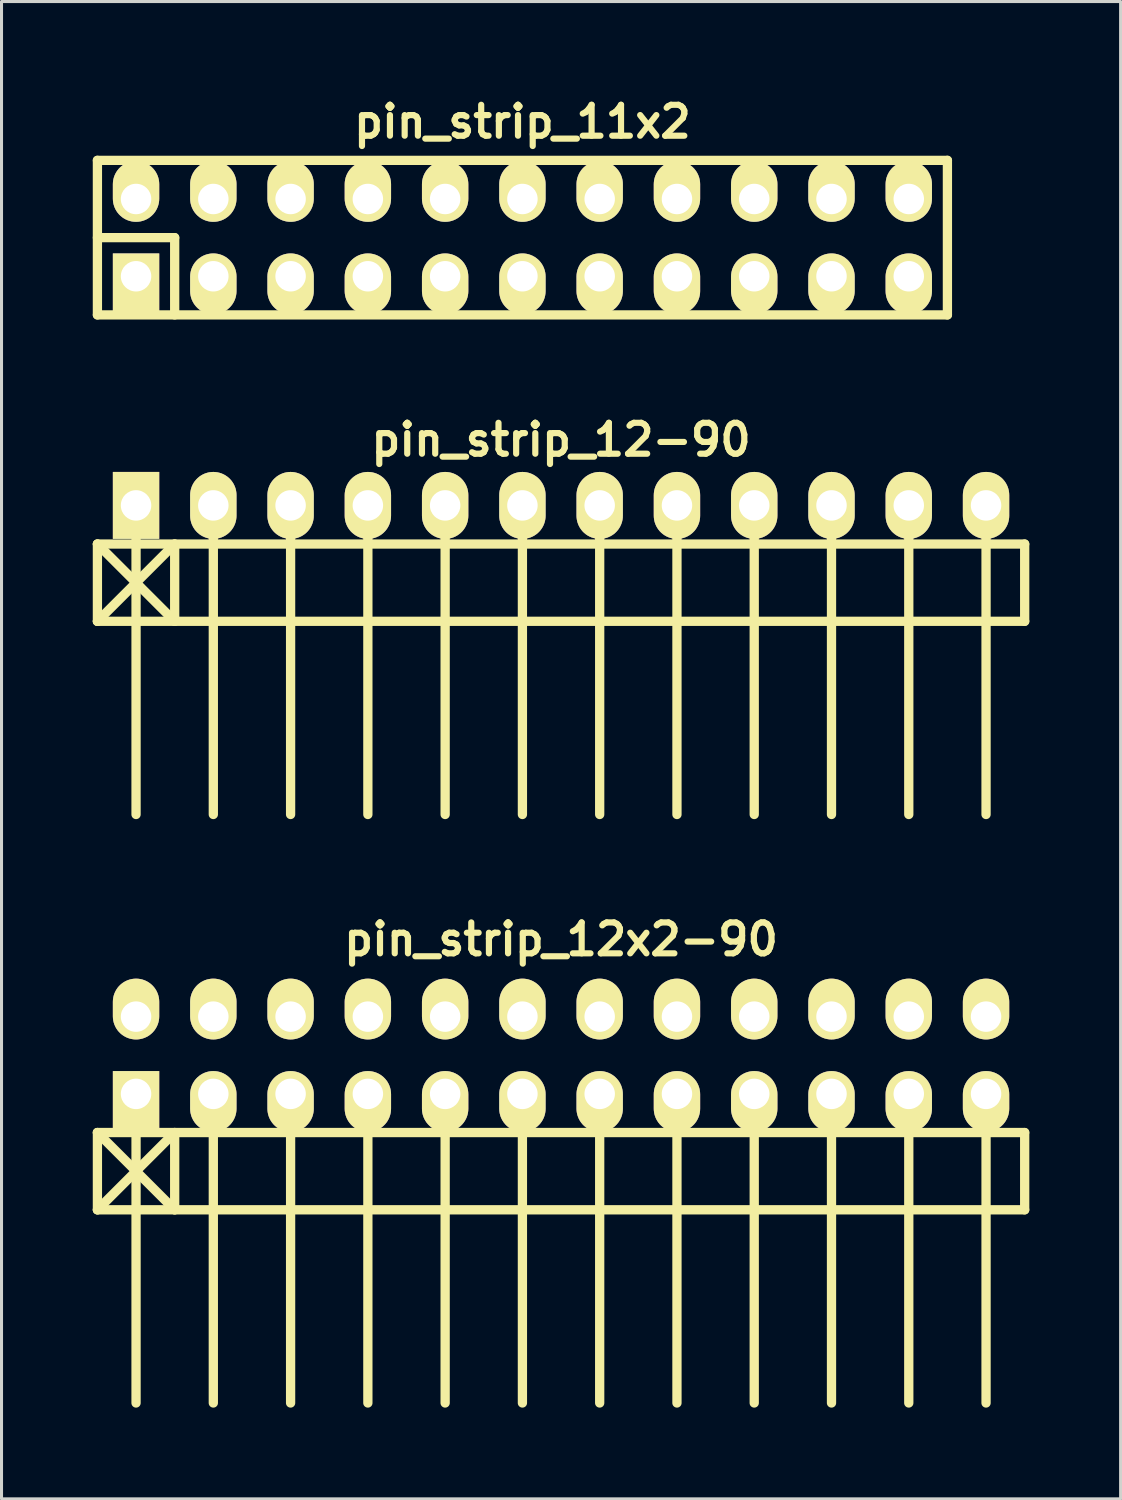
<source format=kicad_pcb>
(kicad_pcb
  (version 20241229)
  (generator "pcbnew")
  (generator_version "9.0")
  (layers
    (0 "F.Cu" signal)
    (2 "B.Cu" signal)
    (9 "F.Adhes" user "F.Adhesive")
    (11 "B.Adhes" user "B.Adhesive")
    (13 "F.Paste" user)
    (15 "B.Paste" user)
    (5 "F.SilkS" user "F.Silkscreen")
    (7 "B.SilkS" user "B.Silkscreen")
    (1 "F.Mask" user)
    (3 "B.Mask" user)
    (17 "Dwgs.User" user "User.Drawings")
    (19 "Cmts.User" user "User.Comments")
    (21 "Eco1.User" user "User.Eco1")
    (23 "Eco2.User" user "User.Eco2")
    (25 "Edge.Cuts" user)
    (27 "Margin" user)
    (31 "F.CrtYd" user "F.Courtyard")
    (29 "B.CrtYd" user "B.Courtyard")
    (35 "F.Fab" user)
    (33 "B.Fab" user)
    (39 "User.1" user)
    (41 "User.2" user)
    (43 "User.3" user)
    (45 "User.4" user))
  (footprint "pin_strip_12-90"
    (layer "F.Cu")
    (at 15.392 13.563)
    (property "Reference" "pin_strip_12-90" (at 0 -2.159 0) (layer "F.SilkS") (effects (font (size 1.016 1.016) (thickness 0.203))))
    (attr through_hole)
    (fp_line (start -15.24 1.27) (end 15.24 1.27) (stroke (width 0.305) (type solid)) (layer "F.SilkS"))
    (fp_line (start -15.24 3.81) (end -15.24 1.27) (stroke (width 0.305) (type solid)) (layer "F.SilkS"))
    (fp_line (start -15.24 3.81) (end -12.7 1.27) (stroke (width 0.305) (type solid)) (layer "F.SilkS"))
    (fp_line (start -13.97 0) (end -13.97 10.16) (stroke (width 0.305) (type solid)) (layer "F.SilkS"))
    (fp_line (start -12.7 1.27) (end -12.7 3.81) (stroke (width 0.305) (type solid)) (layer "F.SilkS"))
    (fp_line (start -12.7 3.81) (end -15.24 1.27) (stroke (width 0.305) (type solid)) (layer "F.SilkS"))
    (fp_line (start -11.43 0) (end -11.43 10.16) (stroke (width 0.305) (type solid)) (layer "F.SilkS"))
    (fp_line (start -8.89 10.16) (end -8.89 0) (stroke (width 0.305) (type solid)) (layer "F.SilkS"))
    (fp_line (start -6.35 0) (end -6.35 10.16) (stroke (width 0.305) (type solid)) (layer "F.SilkS"))
    (fp_line (start -3.81 0) (end -3.81 10.16) (stroke (width 0.305) (type solid)) (layer "F.SilkS"))
    (fp_line (start -1.27 0) (end -1.27 10.16) (stroke (width 0.305) (type solid)) (layer "F.SilkS"))
    (fp_line (start 1.27 0) (end 1.27 10.16) (stroke (width 0.305) (type solid)) (layer "F.SilkS"))
    (fp_line (start 3.81 0) (end 3.81 10.16) (stroke (width 0.305) (type solid)) (layer "F.SilkS"))
    (fp_line (start 6.35 0) (end 6.35 10.16) (stroke (width 0.305) (type solid)) (layer "F.SilkS"))
    (fp_line (start 8.89 0) (end 8.89 10.16) (stroke (width 0.305) (type solid)) (layer "F.SilkS"))
    (fp_line (start 11.43 0) (end 11.43 10.16) (stroke (width 0.305) (type solid)) (layer "F.SilkS"))
    (fp_line (start 13.97 0) (end 13.97 10.16) (stroke (width 0.305) (type solid)) (layer "F.SilkS"))
    (fp_line (start 15.24 1.27) (end 15.24 3.81) (stroke (width 0.305) (type solid)) (layer "F.SilkS"))
    (fp_line (start 15.24 3.81) (end -15.24 3.81) (stroke (width 0.305) (type solid)) (layer "F.SilkS"))
    (pad "1" thru_hole rect (at -13.97 0) (size 1.524 2.2) (drill 1.001) (layers "*.Cu" "*.Mask" "F.SilkS"))
    (pad "2" thru_hole oval (at -11.43 0) (size 1.524 2.2) (drill 1.001) (layers "*.Cu" "*.Mask" "F.SilkS"))
    (pad "3" thru_hole oval (at -8.89 0) (size 1.524 2.2) (drill 1.001) (layers "*.Cu" "*.Mask" "F.SilkS"))
    (pad "4" thru_hole oval (at -6.35 0) (size 1.524 2.2) (drill 1.001) (layers "*.Cu" "*.Mask" "F.SilkS"))
    (pad "5" thru_hole oval (at -3.81 0) (size 1.524 2.2) (drill 1.001) (layers "*.Cu" "*.Mask" "F.SilkS"))
    (pad "6" thru_hole oval (at -1.27 0) (size 1.524 2.2) (drill 1.001) (layers "*.Cu" "*.Mask" "F.SilkS"))
    (pad "7" thru_hole oval (at 1.27 0) (size 1.524 2.2) (drill 1.001) (layers "*.Cu" "*.Mask" "F.SilkS"))
    (pad "8" thru_hole oval (at 3.81 0) (size 1.524 2.2) (drill 1.001) (layers "*.Cu" "*.Mask" "F.SilkS"))
    (pad "9" thru_hole oval (at 6.35 0) (size 1.524 2.2) (drill 1.001) (layers "*.Cu" "*.Mask" "F.SilkS"))
    (pad "10" thru_hole oval (at 8.89 0) (size 1.524 2.2) (drill 1.001) (layers "*.Cu" "*.Mask" "F.SilkS"))
    (pad "11" thru_hole oval (at 11.43 0) (size 1.524 2.2) (drill 1.001) (layers "*.Cu" "*.Mask" "F.SilkS"))
    (pad "12" thru_hole oval (at 13.97 0) (size 1.524 2.2) (drill 1.001) (layers "*.Cu" "*.Mask" "F.SilkS")))
  (footprint "pin_strip_11x2"
    (layer "F.Cu")
    (at 14.122 4.761)
    (property "Reference" "pin_strip_11x2" (at 0 -3.81 0) (layer "F.SilkS") (effects (font (size 1.016 1.016) (thickness 0.203))))
    (attr through_hole)
    (fp_line (start -13.97 -2.54) (end -13.97 2.54) (stroke (width 0.305) (type solid)) (layer "F.SilkS"))
    (fp_line (start -13.97 -2.54) (end 13.97 -2.54) (stroke (width 0.305) (type solid)) (layer "F.SilkS"))
    (fp_line (start -13.97 0) (end -11.43 0) (stroke (width 0.305) (type solid)) (layer "F.SilkS"))
    (fp_line (start -11.43 0) (end -11.43 2.54) (stroke (width 0.305) (type solid)) (layer "F.SilkS"))
    (fp_line (start 13.97 2.54) (end -13.97 2.54) (stroke (width 0.305) (type solid)) (layer "F.SilkS"))
    (fp_line (start 13.97 2.54) (end 13.97 -2.54) (stroke (width 0.305) (type solid)) (layer "F.SilkS"))
    (pad "1" thru_hole rect (at -12.7 1.27) (size 1.524 1.999) (drill 1.001 (offset 0 0.249)) (layers "*.Cu" "*.Mask" "F.SilkS"))
    (pad "2" thru_hole oval (at -12.7 -1.27) (size 1.524 1.999) (drill 1.001 (offset 0 -0.249)) (layers "*.Cu" "*.Mask" "F.SilkS"))
    (pad "3" thru_hole oval (at -10.16 1.27) (size 1.524 1.999) (drill 1.001 (offset 0 0.249)) (layers "*.Cu" "*.Mask" "F.SilkS"))
    (pad "4" thru_hole oval (at -10.16 -1.27) (size 1.524 1.999) (drill 1.001 (offset 0 -0.249)) (layers "*.Cu" "*.Mask" "F.SilkS"))
    (pad "5" thru_hole oval (at -7.62 1.27) (size 1.524 1.999) (drill 1.001 (offset 0 0.249)) (layers "*.Cu" "*.Mask" "F.SilkS"))
    (pad "6" thru_hole oval (at -7.62 -1.27) (size 1.524 1.999) (drill 1.001 (offset 0 -0.249)) (layers "*.Cu" "*.Mask" "F.SilkS"))
    (pad "7" thru_hole oval (at -5.08 1.27) (size 1.524 1.999) (drill 1.001 (offset 0 0.249)) (layers "*.Cu" "*.Mask" "F.SilkS"))
    (pad "8" thru_hole oval (at -5.08 -1.27) (size 1.524 1.999) (drill 1.001 (offset 0 -0.249)) (layers "*.Cu" "*.Mask" "F.SilkS"))
    (pad "9" thru_hole oval (at -2.54 1.27) (size 1.524 1.999) (drill 1.001 (offset 0 0.249)) (layers "*.Cu" "*.Mask" "F.SilkS"))
    (pad "10" thru_hole oval (at -2.54 -1.27) (size 1.524 1.999) (drill 1.001 (offset 0 -0.249)) (layers "*.Cu" "*.Mask" "F.SilkS"))
    (pad "11" thru_hole oval (at 0 1.27) (size 1.524 1.999) (drill 1.001 (offset 0 0.249)) (layers "*.Cu" "*.Mask" "F.SilkS"))
    (pad "12" thru_hole oval (at 0 -1.27) (size 1.524 1.999) (drill 1.001 (offset 0 -0.249)) (layers "*.Cu" "*.Mask" "F.SilkS"))
    (pad "13" thru_hole oval (at 2.54 1.27) (size 1.524 1.999) (drill 1.001 (offset 0 0.249)) (layers "*.Cu" "*.Mask" "F.SilkS"))
    (pad "14" thru_hole oval (at 2.54 -1.27) (size 1.524 1.999) (drill 1.001 (offset 0 -0.249)) (layers "*.Cu" "*.Mask" "F.SilkS"))
    (pad "15" thru_hole oval (at 5.08 1.27) (size 1.524 1.999) (drill 1.001 (offset 0 0.249)) (layers "*.Cu" "*.Mask" "F.SilkS"))
    (pad "16" thru_hole oval (at 5.08 -1.27) (size 1.524 1.999) (drill 1.001 (offset 0 -0.249)) (layers "*.Cu" "*.Mask" "F.SilkS"))
    (pad "17" thru_hole oval (at 7.62 1.27) (size 1.524 1.999) (drill 1.001 (offset 0 0.249)) (layers "*.Cu" "*.Mask" "F.SilkS"))
    (pad "18" thru_hole oval (at 7.62 -1.27) (size 1.524 1.999) (drill 1.001 (offset 0 -0.249)) (layers "*.Cu" "*.Mask" "F.SilkS"))
    (pad "19" thru_hole oval (at 10.16 1.27) (size 1.524 1.999) (drill 1.001 (offset 0 0.249)) (layers "*.Cu" "*.Mask" "F.SilkS"))
    (pad "20" thru_hole oval (at 10.16 -1.27) (size 1.524 1.999) (drill 1.001 (offset 0 -0.249)) (layers "*.Cu" "*.Mask" "F.SilkS"))
    (pad "21" thru_hole oval (at 12.7 1.27) (size 1.524 1.999) (drill 1.001 (offset 0 0.249)) (layers "*.Cu" "*.Mask" "F.SilkS"))
    (pad "22" thru_hole oval (at 12.7 -1.27) (size 1.524 1.999) (drill 1.001 (offset 0 -0.249)) (layers "*.Cu" "*.Mask" "F.SilkS")))
  (footprint "pin_strip_12x2-90"
    (layer "F.Cu")
    (at 15.392 31.637)
    (property "Reference" "pin_strip_12x2-90" (at 0 -3.81 0) (layer "F.SilkS") (effects (font (size 1.016 1.016) (thickness 0.203))))
    (attr through_hole)
    (fp_line (start -15.24 2.54) (end -12.7 5.08) (stroke (width 0.305) (type solid)) (layer "F.SilkS"))
    (fp_line (start -15.24 2.54) (end 15.24 2.54) (stroke (width 0.305) (type solid)) (layer "F.SilkS"))
    (fp_line (start -15.24 5.08) (end -15.24 2.54) (stroke (width 0.305) (type solid)) (layer "F.SilkS"))
    (fp_line (start -13.97 1.27) (end -13.97 11.43) (stroke (width 0.305) (type solid)) (layer "F.SilkS"))
    (fp_line (start -12.7 2.54) (end -15.24 5.08) (stroke (width 0.305) (type solid)) (layer "F.SilkS"))
    (fp_line (start -12.7 5.08) (end -12.7 2.54) (stroke (width 0.305) (type solid)) (layer "F.SilkS"))
    (fp_line (start -11.43 1.27) (end -11.43 11.43) (stroke (width 0.305) (type solid)) (layer "F.SilkS"))
    (fp_line (start -8.89 11.43) (end -8.89 1.27) (stroke (width 0.305) (type solid)) (layer "F.SilkS"))
    (fp_line (start -6.35 1.27) (end -6.35 11.43) (stroke (width 0.305) (type solid)) (layer "F.SilkS"))
    (fp_line (start -3.81 1.27) (end -3.81 11.43) (stroke (width 0.305) (type solid)) (layer "F.SilkS"))
    (fp_line (start -1.27 1.27) (end -1.27 11.43) (stroke (width 0.305) (type solid)) (layer "F.SilkS"))
    (fp_line (start 1.27 1.27) (end 1.27 11.43) (stroke (width 0.305) (type solid)) (layer "F.SilkS"))
    (fp_line (start 3.81 1.27) (end 3.81 11.43) (stroke (width 0.305) (type solid)) (layer "F.SilkS"))
    (fp_line (start 6.35 1.27) (end 6.35 11.43) (stroke (width 0.305) (type solid)) (layer "F.SilkS"))
    (fp_line (start 8.89 1.27) (end 8.89 11.43) (stroke (width 0.305) (type solid)) (layer "F.SilkS"))
    (fp_line (start 11.43 1.27) (end 11.43 11.43) (stroke (width 0.305) (type solid)) (layer "F.SilkS"))
    (fp_line (start 13.97 1.27) (end 13.97 11.43) (stroke (width 0.305) (type solid)) (layer "F.SilkS"))
    (fp_line (start 15.24 2.54) (end 15.24 5.08) (stroke (width 0.305) (type solid)) (layer "F.SilkS"))
    (fp_line (start 15.24 5.08) (end -15.24 5.08) (stroke (width 0.305) (type solid)) (layer "F.SilkS"))
    (pad "1" thru_hole rect (at -13.97 1.27) (size 1.524 1.999) (drill 1.001 (offset 0 0.249)) (layers "*.Cu" "*.Mask" "F.SilkS"))
    (pad "2" thru_hole oval (at -13.97 -1.27) (size 1.524 1.999) (drill 1.001 (offset 0 -0.249)) (layers "*.Cu" "*.Mask" "F.SilkS"))
    (pad "3" thru_hole oval (at -11.43 1.27) (size 1.524 1.999) (drill 1.001 (offset 0 0.249)) (layers "*.Cu" "*.Mask" "F.SilkS"))
    (pad "4" thru_hole oval (at -11.43 -1.27) (size 1.524 1.999) (drill 1.001 (offset 0 -0.249)) (layers "*.Cu" "*.Mask" "F.SilkS"))
    (pad "5" thru_hole oval (at -8.89 1.27) (size 1.524 1.999) (drill 1.001 (offset 0 0.249)) (layers "*.Cu" "*.Mask" "F.SilkS"))
    (pad "6" thru_hole oval (at -8.89 -1.27) (size 1.524 1.999) (drill 1.001 (offset 0 -0.249)) (layers "*.Cu" "*.Mask" "F.SilkS"))
    (pad "7" thru_hole oval (at -6.35 1.27) (size 1.524 1.999) (drill 1.001 (offset 0 0.249)) (layers "*.Cu" "*.Mask" "F.SilkS"))
    (pad "8" thru_hole oval (at -6.35 -1.27) (size 1.524 1.999) (drill 1.001 (offset 0 -0.249)) (layers "*.Cu" "*.Mask" "F.SilkS"))
    (pad "9" thru_hole oval (at -3.81 1.27) (size 1.524 1.999) (drill 1.001 (offset 0 0.249)) (layers "*.Cu" "*.Mask" "F.SilkS"))
    (pad "10" thru_hole oval (at -3.81 -1.27) (size 1.524 1.999) (drill 1.001 (offset 0 -0.249)) (layers "*.Cu" "*.Mask" "F.SilkS"))
    (pad "11" thru_hole oval (at -1.27 1.27) (size 1.524 1.999) (drill 1.001 (offset 0 0.249)) (layers "*.Cu" "*.Mask" "F.SilkS"))
    (pad "12" thru_hole oval (at -1.27 -1.27) (size 1.524 1.999) (drill 1.001 (offset 0 -0.249)) (layers "*.Cu" "*.Mask" "F.SilkS"))
    (pad "13" thru_hole oval (at 1.27 1.27) (size 1.524 1.999) (drill 1.001 (offset 0 0.249)) (layers "*.Cu" "*.Mask" "F.SilkS"))
    (pad "14" thru_hole oval (at 1.27 -1.27) (size 1.524 1.999) (drill 1.001 (offset 0 -0.249)) (layers "*.Cu" "*.Mask" "F.SilkS"))
    (pad "15" thru_hole oval (at 3.81 1.27) (size 1.524 1.999) (drill 1.001 (offset 0 0.249)) (layers "*.Cu" "*.Mask" "F.SilkS"))
    (pad "16" thru_hole oval (at 3.81 -1.27) (size 1.524 1.999) (drill 1.001 (offset 0 -0.249)) (layers "*.Cu" "*.Mask" "F.SilkS"))
    (pad "17" thru_hole oval (at 6.35 1.27) (size 1.524 1.999) (drill 1.001 (offset 0 0.249)) (layers "*.Cu" "*.Mask" "F.SilkS"))
    (pad "18" thru_hole oval (at 6.35 -1.27) (size 1.524 1.999) (drill 1.001 (offset 0 -0.249)) (layers "*.Cu" "*.Mask" "F.SilkS"))
    (pad "19" thru_hole oval (at 8.89 1.27) (size 1.524 1.999) (drill 1.001 (offset 0 0.249)) (layers "*.Cu" "*.Mask" "F.SilkS"))
    (pad "20" thru_hole oval (at 8.89 -1.27) (size 1.524 1.999) (drill 1.001 (offset 0 -0.249)) (layers "*.Cu" "*.Mask" "F.SilkS"))
    (pad "21" thru_hole oval (at 11.43 1.27) (size 1.524 1.999) (drill 1.001 (offset 0 0.249)) (layers "*.Cu" "*.Mask" "F.SilkS"))
    (pad "22" thru_hole oval (at 11.43 -1.27) (size 1.524 1.999) (drill 1.001 (offset 0 -0.249)) (layers "*.Cu" "*.Mask" "F.SilkS"))
    (pad "23" thru_hole oval (at 13.97 1.27) (size 1.524 1.999) (drill 1.001 (offset 0 0.249)) (layers "*.Cu" "*.Mask" "F.SilkS"))
    (pad "24" thru_hole oval (at 13.97 -1.27) (size 1.524 1.999) (drill 1.001 (offset 0 -0.249)) (layers "*.Cu" "*.Mask" "F.SilkS")))
  (gr_rect
    (start -3 -3)
    (end 33.785 46.219)
    (stroke (width 0.1) (type default))
    (fill no)
    (layer "Edge.Cuts")))
</source>
